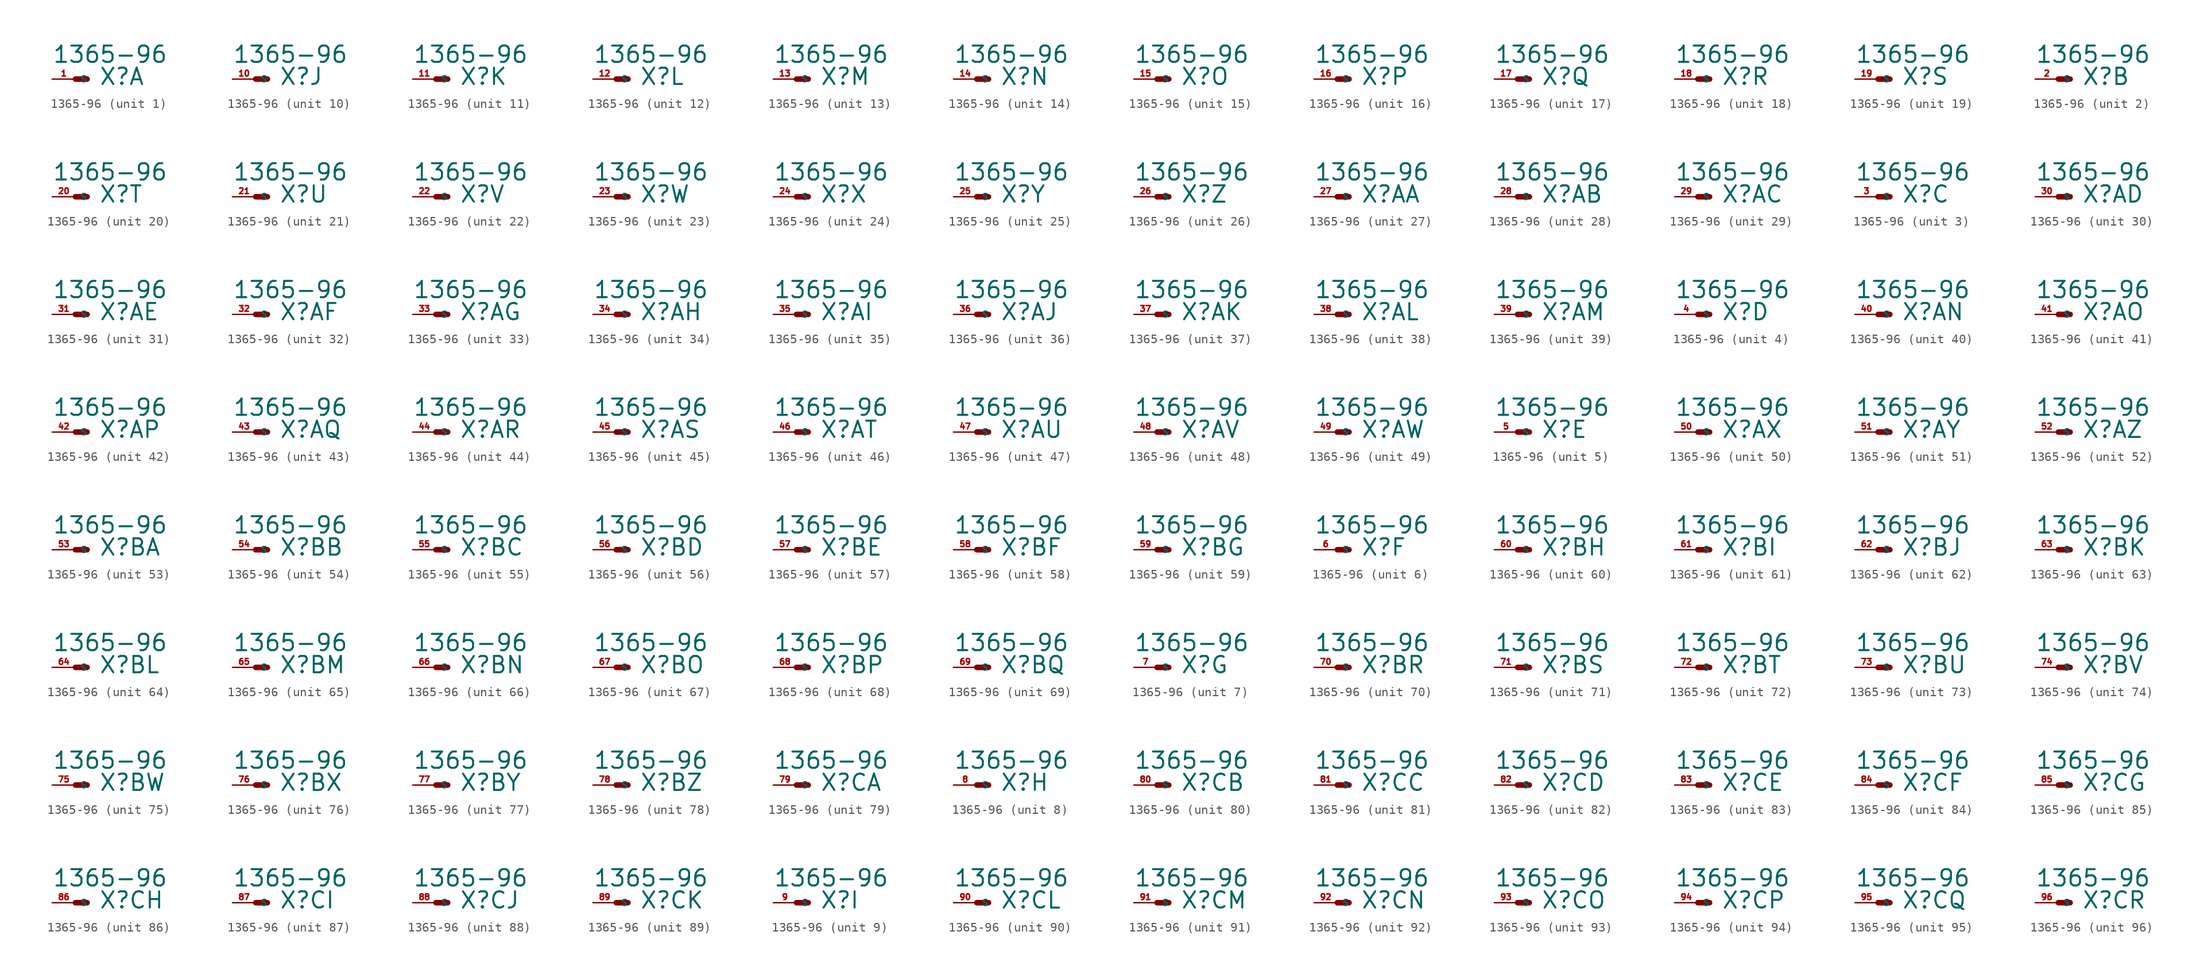
<source format=kicad_sym>
(kicad_symbol_lib
  (version 20220914)
  (generator Eagle2Kicad)
  (symbol "1365-96"
    (property "Reference" "X"
      (at 2.54 -0.762 0)
      (effects (font (size 1.778 1.778) (thickness 0.22)) (justify left bottom)))
    (property "Value" "1365-96"
      (at -2.54 1.651 0)
      (effects (font (size 1.778 1.778) (thickness 0.22)) (justify left bottom)))
    (symbol "1365-96_1_0"
      (polyline (pts (xy 0 0) (xy 1.27 0)) (stroke (width 0.61) (type default)) (fill (type none)))
      (pin passive line (at -2.54 0 0) (length 2.54) (name "S" (effects (font (size 0.635 0.635) (thickness 0.08)) (justify left bottom))) (number "1" (effects (font (size 0.635 0.635) (thickness 0.08)) (justify left bottom)))))
    (symbol "1365-96_2_0"
      (polyline (pts (xy 0 0) (xy 1.27 0)) (stroke (width 0.61) (type default)) (fill (type none)))
      (pin passive line (at -2.54 0 0) (length 2.54) (name "S" (effects (font (size 0.635 0.635) (thickness 0.08)) (justify left bottom))) (number "2" (effects (font (size 0.635 0.635) (thickness 0.08)) (justify left bottom)))))
    (symbol "1365-96_3_0"
      (polyline (pts (xy 0 0) (xy 1.27 0)) (stroke (width 0.61) (type default)) (fill (type none)))
      (pin passive line (at -2.54 0 0) (length 2.54) (name "S" (effects (font (size 0.635 0.635) (thickness 0.08)) (justify left bottom))) (number "3" (effects (font (size 0.635 0.635) (thickness 0.08)) (justify left bottom)))))
    (symbol "1365-96_4_0"
      (polyline (pts (xy 0 0) (xy 1.27 0)) (stroke (width 0.61) (type default)) (fill (type none)))
      (pin passive line (at -2.54 0 0) (length 2.54) (name "S" (effects (font (size 0.635 0.635) (thickness 0.08)) (justify left bottom))) (number "4" (effects (font (size 0.635 0.635) (thickness 0.08)) (justify left bottom)))))
    (symbol "1365-96_5_0"
      (polyline (pts (xy 0 0) (xy 1.27 0)) (stroke (width 0.61) (type default)) (fill (type none)))
      (pin passive line (at -2.54 0 0) (length 2.54) (name "S" (effects (font (size 0.635 0.635) (thickness 0.08)) (justify left bottom))) (number "5" (effects (font (size 0.635 0.635) (thickness 0.08)) (justify left bottom)))))
    (symbol "1365-96_6_0"
      (polyline (pts (xy 0 0) (xy 1.27 0)) (stroke (width 0.61) (type default)) (fill (type none)))
      (pin passive line (at -2.54 0 0) (length 2.54) (name "S" (effects (font (size 0.635 0.635) (thickness 0.08)) (justify left bottom))) (number "6" (effects (font (size 0.635 0.635) (thickness 0.08)) (justify left bottom)))))
    (symbol "1365-96_7_0"
      (polyline (pts (xy 0 0) (xy 1.27 0)) (stroke (width 0.61) (type default)) (fill (type none)))
      (pin passive line (at -2.54 0 0) (length 2.54) (name "S" (effects (font (size 0.635 0.635) (thickness 0.08)) (justify left bottom))) (number "7" (effects (font (size 0.635 0.635) (thickness 0.08)) (justify left bottom)))))
    (symbol "1365-96_8_0"
      (polyline (pts (xy 0 0) (xy 1.27 0)) (stroke (width 0.61) (type default)) (fill (type none)))
      (pin passive line (at -2.54 0 0) (length 2.54) (name "S" (effects (font (size 0.635 0.635) (thickness 0.08)) (justify left bottom))) (number "8" (effects (font (size 0.635 0.635) (thickness 0.08)) (justify left bottom)))))
    (symbol "1365-96_9_0"
      (polyline (pts (xy 0 0) (xy 1.27 0)) (stroke (width 0.61) (type default)) (fill (type none)))
      (pin passive line (at -2.54 0 0) (length 2.54) (name "S" (effects (font (size 0.635 0.635) (thickness 0.08)) (justify left bottom))) (number "9" (effects (font (size 0.635 0.635) (thickness 0.08)) (justify left bottom)))))
    (symbol "1365-96_10_0"
      (polyline (pts (xy 0 0) (xy 1.27 0)) (stroke (width 0.61) (type default)) (fill (type none)))
      (pin passive line (at -2.54 0 0) (length 2.54) (name "S" (effects (font (size 0.635 0.635) (thickness 0.08)) (justify left bottom))) (number "10" (effects (font (size 0.635 0.635) (thickness 0.08)) (justify left bottom)))))
    (symbol "1365-96_11_0"
      (polyline (pts (xy 0 0) (xy 1.27 0)) (stroke (width 0.61) (type default)) (fill (type none)))
      (pin passive line (at -2.54 0 0) (length 2.54) (name "S" (effects (font (size 0.635 0.635) (thickness 0.08)) (justify left bottom))) (number "11" (effects (font (size 0.635 0.635) (thickness 0.08)) (justify left bottom)))))
    (symbol "1365-96_12_0"
      (polyline (pts (xy 0 0) (xy 1.27 0)) (stroke (width 0.61) (type default)) (fill (type none)))
      (pin passive line (at -2.54 0 0) (length 2.54) (name "S" (effects (font (size 0.635 0.635) (thickness 0.08)) (justify left bottom))) (number "12" (effects (font (size 0.635 0.635) (thickness 0.08)) (justify left bottom)))))
    (symbol "1365-96_13_0"
      (polyline (pts (xy 0 0) (xy 1.27 0)) (stroke (width 0.61) (type default)) (fill (type none)))
      (pin passive line (at -2.54 0 0) (length 2.54) (name "S" (effects (font (size 0.635 0.635) (thickness 0.08)) (justify left bottom))) (number "13" (effects (font (size 0.635 0.635) (thickness 0.08)) (justify left bottom)))))
    (symbol "1365-96_14_0"
      (polyline (pts (xy 0 0) (xy 1.27 0)) (stroke (width 0.61) (type default)) (fill (type none)))
      (pin passive line (at -2.54 0 0) (length 2.54) (name "S" (effects (font (size 0.635 0.635) (thickness 0.08)) (justify left bottom))) (number "14" (effects (font (size 0.635 0.635) (thickness 0.08)) (justify left bottom)))))
    (symbol "1365-96_15_0"
      (polyline (pts (xy 0 0) (xy 1.27 0)) (stroke (width 0.61) (type default)) (fill (type none)))
      (pin passive line (at -2.54 0 0) (length 2.54) (name "S" (effects (font (size 0.635 0.635) (thickness 0.08)) (justify left bottom))) (number "15" (effects (font (size 0.635 0.635) (thickness 0.08)) (justify left bottom)))))
    (symbol "1365-96_16_0"
      (polyline (pts (xy 0 0) (xy 1.27 0)) (stroke (width 0.61) (type default)) (fill (type none)))
      (pin passive line (at -2.54 0 0) (length 2.54) (name "S" (effects (font (size 0.635 0.635) (thickness 0.08)) (justify left bottom))) (number "16" (effects (font (size 0.635 0.635) (thickness 0.08)) (justify left bottom)))))
    (symbol "1365-96_17_0"
      (polyline (pts (xy 0 0) (xy 1.27 0)) (stroke (width 0.61) (type default)) (fill (type none)))
      (pin passive line (at -2.54 0 0) (length 2.54) (name "S" (effects (font (size 0.635 0.635) (thickness 0.08)) (justify left bottom))) (number "17" (effects (font (size 0.635 0.635) (thickness 0.08)) (justify left bottom)))))
    (symbol "1365-96_18_0"
      (polyline (pts (xy 0 0) (xy 1.27 0)) (stroke (width 0.61) (type default)) (fill (type none)))
      (pin passive line (at -2.54 0 0) (length 2.54) (name "S" (effects (font (size 0.635 0.635) (thickness 0.08)) (justify left bottom))) (number "18" (effects (font (size 0.635 0.635) (thickness 0.08)) (justify left bottom)))))
    (symbol "1365-96_19_0"
      (polyline (pts (xy 0 0) (xy 1.27 0)) (stroke (width 0.61) (type default)) (fill (type none)))
      (pin passive line (at -2.54 0 0) (length 2.54) (name "S" (effects (font (size 0.635 0.635) (thickness 0.08)) (justify left bottom))) (number "19" (effects (font (size 0.635 0.635) (thickness 0.08)) (justify left bottom)))))
    (symbol "1365-96_20_0"
      (polyline (pts (xy 0 0) (xy 1.27 0)) (stroke (width 0.61) (type default)) (fill (type none)))
      (pin passive line (at -2.54 0 0) (length 2.54) (name "S" (effects (font (size 0.635 0.635) (thickness 0.08)) (justify left bottom))) (number "20" (effects (font (size 0.635 0.635) (thickness 0.08)) (justify left bottom)))))
    (symbol "1365-96_21_0"
      (polyline (pts (xy 0 0) (xy 1.27 0)) (stroke (width 0.61) (type default)) (fill (type none)))
      (pin passive line (at -2.54 0 0) (length 2.54) (name "S" (effects (font (size 0.635 0.635) (thickness 0.08)) (justify left bottom))) (number "21" (effects (font (size 0.635 0.635) (thickness 0.08)) (justify left bottom)))))
    (symbol "1365-96_22_0"
      (polyline (pts (xy 0 0) (xy 1.27 0)) (stroke (width 0.61) (type default)) (fill (type none)))
      (pin passive line (at -2.54 0 0) (length 2.54) (name "S" (effects (font (size 0.635 0.635) (thickness 0.08)) (justify left bottom))) (number "22" (effects (font (size 0.635 0.635) (thickness 0.08)) (justify left bottom)))))
    (symbol "1365-96_23_0"
      (polyline (pts (xy 0 0) (xy 1.27 0)) (stroke (width 0.61) (type default)) (fill (type none)))
      (pin passive line (at -2.54 0 0) (length 2.54) (name "S" (effects (font (size 0.635 0.635) (thickness 0.08)) (justify left bottom))) (number "23" (effects (font (size 0.635 0.635) (thickness 0.08)) (justify left bottom)))))
    (symbol "1365-96_24_0"
      (polyline (pts (xy 0 0) (xy 1.27 0)) (stroke (width 0.61) (type default)) (fill (type none)))
      (pin passive line (at -2.54 0 0) (length 2.54) (name "S" (effects (font (size 0.635 0.635) (thickness 0.08)) (justify left bottom))) (number "24" (effects (font (size 0.635 0.635) (thickness 0.08)) (justify left bottom)))))
    (symbol "1365-96_25_0"
      (polyline (pts (xy 0 0) (xy 1.27 0)) (stroke (width 0.61) (type default)) (fill (type none)))
      (pin passive line (at -2.54 0 0) (length 2.54) (name "S" (effects (font (size 0.635 0.635) (thickness 0.08)) (justify left bottom))) (number "25" (effects (font (size 0.635 0.635) (thickness 0.08)) (justify left bottom)))))
    (symbol "1365-96_26_0"
      (polyline (pts (xy 0 0) (xy 1.27 0)) (stroke (width 0.61) (type default)) (fill (type none)))
      (pin passive line (at -2.54 0 0) (length 2.54) (name "S" (effects (font (size 0.635 0.635) (thickness 0.08)) (justify left bottom))) (number "26" (effects (font (size 0.635 0.635) (thickness 0.08)) (justify left bottom)))))
    (symbol "1365-96_27_0"
      (polyline (pts (xy 0 0) (xy 1.27 0)) (stroke (width 0.61) (type default)) (fill (type none)))
      (pin passive line (at -2.54 0 0) (length 2.54) (name "S" (effects (font (size 0.635 0.635) (thickness 0.08)) (justify left bottom))) (number "27" (effects (font (size 0.635 0.635) (thickness 0.08)) (justify left bottom)))))
    (symbol "1365-96_28_0"
      (polyline (pts (xy 0 0) (xy 1.27 0)) (stroke (width 0.61) (type default)) (fill (type none)))
      (pin passive line (at -2.54 0 0) (length 2.54) (name "S" (effects (font (size 0.635 0.635) (thickness 0.08)) (justify left bottom))) (number "28" (effects (font (size 0.635 0.635) (thickness 0.08)) (justify left bottom)))))
    (symbol "1365-96_29_0"
      (polyline (pts (xy 0 0) (xy 1.27 0)) (stroke (width 0.61) (type default)) (fill (type none)))
      (pin passive line (at -2.54 0 0) (length 2.54) (name "S" (effects (font (size 0.635 0.635) (thickness 0.08)) (justify left bottom))) (number "29" (effects (font (size 0.635 0.635) (thickness 0.08)) (justify left bottom)))))
    (symbol "1365-96_30_0"
      (polyline (pts (xy 0 0) (xy 1.27 0)) (stroke (width 0.61) (type default)) (fill (type none)))
      (pin passive line (at -2.54 0 0) (length 2.54) (name "S" (effects (font (size 0.635 0.635) (thickness 0.08)) (justify left bottom))) (number "30" (effects (font (size 0.635 0.635) (thickness 0.08)) (justify left bottom)))))
    (symbol "1365-96_31_0"
      (polyline (pts (xy 0 0) (xy 1.27 0)) (stroke (width 0.61) (type default)) (fill (type none)))
      (pin passive line (at -2.54 0 0) (length 2.54) (name "S" (effects (font (size 0.635 0.635) (thickness 0.08)) (justify left bottom))) (number "31" (effects (font (size 0.635 0.635) (thickness 0.08)) (justify left bottom)))))
    (symbol "1365-96_32_0"
      (polyline (pts (xy 0 0) (xy 1.27 0)) (stroke (width 0.61) (type default)) (fill (type none)))
      (pin passive line (at -2.54 0 0) (length 2.54) (name "S" (effects (font (size 0.635 0.635) (thickness 0.08)) (justify left bottom))) (number "32" (effects (font (size 0.635 0.635) (thickness 0.08)) (justify left bottom)))))
    (symbol "1365-96_33_0"
      (polyline (pts (xy 0 0) (xy 1.27 0)) (stroke (width 0.61) (type default)) (fill (type none)))
      (pin passive line (at -2.54 0 0) (length 2.54) (name "S" (effects (font (size 0.635 0.635) (thickness 0.08)) (justify left bottom))) (number "33" (effects (font (size 0.635 0.635) (thickness 0.08)) (justify left bottom)))))
    (symbol "1365-96_34_0"
      (polyline (pts (xy 0 0) (xy 1.27 0)) (stroke (width 0.61) (type default)) (fill (type none)))
      (pin passive line (at -2.54 0 0) (length 2.54) (name "S" (effects (font (size 0.635 0.635) (thickness 0.08)) (justify left bottom))) (number "34" (effects (font (size 0.635 0.635) (thickness 0.08)) (justify left bottom)))))
    (symbol "1365-96_35_0"
      (polyline (pts (xy 0 0) (xy 1.27 0)) (stroke (width 0.61) (type default)) (fill (type none)))
      (pin passive line (at -2.54 0 0) (length 2.54) (name "S" (effects (font (size 0.635 0.635) (thickness 0.08)) (justify left bottom))) (number "35" (effects (font (size 0.635 0.635) (thickness 0.08)) (justify left bottom)))))
    (symbol "1365-96_36_0"
      (polyline (pts (xy 0 0) (xy 1.27 0)) (stroke (width 0.61) (type default)) (fill (type none)))
      (pin passive line (at -2.54 0 0) (length 2.54) (name "S" (effects (font (size 0.635 0.635) (thickness 0.08)) (justify left bottom))) (number "36" (effects (font (size 0.635 0.635) (thickness 0.08)) (justify left bottom)))))
    (symbol "1365-96_37_0"
      (polyline (pts (xy 0 0) (xy 1.27 0)) (stroke (width 0.61) (type default)) (fill (type none)))
      (pin passive line (at -2.54 0 0) (length 2.54) (name "S" (effects (font (size 0.635 0.635) (thickness 0.08)) (justify left bottom))) (number "37" (effects (font (size 0.635 0.635) (thickness 0.08)) (justify left bottom)))))
    (symbol "1365-96_38_0"
      (polyline (pts (xy 0 0) (xy 1.27 0)) (stroke (width 0.61) (type default)) (fill (type none)))
      (pin passive line (at -2.54 0 0) (length 2.54) (name "S" (effects (font (size 0.635 0.635) (thickness 0.08)) (justify left bottom))) (number "38" (effects (font (size 0.635 0.635) (thickness 0.08)) (justify left bottom)))))
    (symbol "1365-96_39_0"
      (polyline (pts (xy 0 0) (xy 1.27 0)) (stroke (width 0.61) (type default)) (fill (type none)))
      (pin passive line (at -2.54 0 0) (length 2.54) (name "S" (effects (font (size 0.635 0.635) (thickness 0.08)) (justify left bottom))) (number "39" (effects (font (size 0.635 0.635) (thickness 0.08)) (justify left bottom)))))
    (symbol "1365-96_40_0"
      (polyline (pts (xy 0 0) (xy 1.27 0)) (stroke (width 0.61) (type default)) (fill (type none)))
      (pin passive line (at -2.54 0 0) (length 2.54) (name "S" (effects (font (size 0.635 0.635) (thickness 0.08)) (justify left bottom))) (number "40" (effects (font (size 0.635 0.635) (thickness 0.08)) (justify left bottom)))))
    (symbol "1365-96_41_0"
      (polyline (pts (xy 0 0) (xy 1.27 0)) (stroke (width 0.61) (type default)) (fill (type none)))
      (pin passive line (at -2.54 0 0) (length 2.54) (name "S" (effects (font (size 0.635 0.635) (thickness 0.08)) (justify left bottom))) (number "41" (effects (font (size 0.635 0.635) (thickness 0.08)) (justify left bottom)))))
    (symbol "1365-96_42_0"
      (polyline (pts (xy 0 0) (xy 1.27 0)) (stroke (width 0.61) (type default)) (fill (type none)))
      (pin passive line (at -2.54 0 0) (length 2.54) (name "S" (effects (font (size 0.635 0.635) (thickness 0.08)) (justify left bottom))) (number "42" (effects (font (size 0.635 0.635) (thickness 0.08)) (justify left bottom)))))
    (symbol "1365-96_43_0"
      (polyline (pts (xy 0 0) (xy 1.27 0)) (stroke (width 0.61) (type default)) (fill (type none)))
      (pin passive line (at -2.54 0 0) (length 2.54) (name "S" (effects (font (size 0.635 0.635) (thickness 0.08)) (justify left bottom))) (number "43" (effects (font (size 0.635 0.635) (thickness 0.08)) (justify left bottom)))))
    (symbol "1365-96_44_0"
      (polyline (pts (xy 0 0) (xy 1.27 0)) (stroke (width 0.61) (type default)) (fill (type none)))
      (pin passive line (at -2.54 0 0) (length 2.54) (name "S" (effects (font (size 0.635 0.635) (thickness 0.08)) (justify left bottom))) (number "44" (effects (font (size 0.635 0.635) (thickness 0.08)) (justify left bottom)))))
    (symbol "1365-96_45_0"
      (polyline (pts (xy 0 0) (xy 1.27 0)) (stroke (width 0.61) (type default)) (fill (type none)))
      (pin passive line (at -2.54 0 0) (length 2.54) (name "S" (effects (font (size 0.635 0.635) (thickness 0.08)) (justify left bottom))) (number "45" (effects (font (size 0.635 0.635) (thickness 0.08)) (justify left bottom)))))
    (symbol "1365-96_46_0"
      (polyline (pts (xy 0 0) (xy 1.27 0)) (stroke (width 0.61) (type default)) (fill (type none)))
      (pin passive line (at -2.54 0 0) (length 2.54) (name "S" (effects (font (size 0.635 0.635) (thickness 0.08)) (justify left bottom))) (number "46" (effects (font (size 0.635 0.635) (thickness 0.08)) (justify left bottom)))))
    (symbol "1365-96_47_0"
      (polyline (pts (xy 0 0) (xy 1.27 0)) (stroke (width 0.61) (type default)) (fill (type none)))
      (pin passive line (at -2.54 0 0) (length 2.54) (name "S" (effects (font (size 0.635 0.635) (thickness 0.08)) (justify left bottom))) (number "47" (effects (font (size 0.635 0.635) (thickness 0.08)) (justify left bottom)))))
    (symbol "1365-96_48_0"
      (polyline (pts (xy 0 0) (xy 1.27 0)) (stroke (width 0.61) (type default)) (fill (type none)))
      (pin passive line (at -2.54 0 0) (length 2.54) (name "S" (effects (font (size 0.635 0.635) (thickness 0.08)) (justify left bottom))) (number "48" (effects (font (size 0.635 0.635) (thickness 0.08)) (justify left bottom)))))
    (symbol "1365-96_49_0"
      (polyline (pts (xy 0 0) (xy 1.27 0)) (stroke (width 0.61) (type default)) (fill (type none)))
      (pin passive line (at -2.54 0 0) (length 2.54) (name "S" (effects (font (size 0.635 0.635) (thickness 0.08)) (justify left bottom))) (number "49" (effects (font (size 0.635 0.635) (thickness 0.08)) (justify left bottom)))))
    (symbol "1365-96_50_0"
      (polyline (pts (xy 0 0) (xy 1.27 0)) (stroke (width 0.61) (type default)) (fill (type none)))
      (pin passive line (at -2.54 0 0) (length 2.54) (name "S" (effects (font (size 0.635 0.635) (thickness 0.08)) (justify left bottom))) (number "50" (effects (font (size 0.635 0.635) (thickness 0.08)) (justify left bottom)))))
    (symbol "1365-96_51_0"
      (polyline (pts (xy 0 0) (xy 1.27 0)) (stroke (width 0.61) (type default)) (fill (type none)))
      (pin passive line (at -2.54 0 0) (length 2.54) (name "S" (effects (font (size 0.635 0.635) (thickness 0.08)) (justify left bottom))) (number "51" (effects (font (size 0.635 0.635) (thickness 0.08)) (justify left bottom)))))
    (symbol "1365-96_52_0"
      (polyline (pts (xy 0 0) (xy 1.27 0)) (stroke (width 0.61) (type default)) (fill (type none)))
      (pin passive line (at -2.54 0 0) (length 2.54) (name "S" (effects (font (size 0.635 0.635) (thickness 0.08)) (justify left bottom))) (number "52" (effects (font (size 0.635 0.635) (thickness 0.08)) (justify left bottom)))))
    (symbol "1365-96_53_0"
      (polyline (pts (xy 0 0) (xy 1.27 0)) (stroke (width 0.61) (type default)) (fill (type none)))
      (pin passive line (at -2.54 0 0) (length 2.54) (name "S" (effects (font (size 0.635 0.635) (thickness 0.08)) (justify left bottom))) (number "53" (effects (font (size 0.635 0.635) (thickness 0.08)) (justify left bottom)))))
    (symbol "1365-96_54_0"
      (polyline (pts (xy 0 0) (xy 1.27 0)) (stroke (width 0.61) (type default)) (fill (type none)))
      (pin passive line (at -2.54 0 0) (length 2.54) (name "S" (effects (font (size 0.635 0.635) (thickness 0.08)) (justify left bottom))) (number "54" (effects (font (size 0.635 0.635) (thickness 0.08)) (justify left bottom)))))
    (symbol "1365-96_55_0"
      (polyline (pts (xy 0 0) (xy 1.27 0)) (stroke (width 0.61) (type default)) (fill (type none)))
      (pin passive line (at -2.54 0 0) (length 2.54) (name "S" (effects (font (size 0.635 0.635) (thickness 0.08)) (justify left bottom))) (number "55" (effects (font (size 0.635 0.635) (thickness 0.08)) (justify left bottom)))))
    (symbol "1365-96_56_0"
      (polyline (pts (xy 0 0) (xy 1.27 0)) (stroke (width 0.61) (type default)) (fill (type none)))
      (pin passive line (at -2.54 0 0) (length 2.54) (name "S" (effects (font (size 0.635 0.635) (thickness 0.08)) (justify left bottom))) (number "56" (effects (font (size 0.635 0.635) (thickness 0.08)) (justify left bottom)))))
    (symbol "1365-96_57_0"
      (polyline (pts (xy 0 0) (xy 1.27 0)) (stroke (width 0.61) (type default)) (fill (type none)))
      (pin passive line (at -2.54 0 0) (length 2.54) (name "S" (effects (font (size 0.635 0.635) (thickness 0.08)) (justify left bottom))) (number "57" (effects (font (size 0.635 0.635) (thickness 0.08)) (justify left bottom)))))
    (symbol "1365-96_58_0"
      (polyline (pts (xy 0 0) (xy 1.27 0)) (stroke (width 0.61) (type default)) (fill (type none)))
      (pin passive line (at -2.54 0 0) (length 2.54) (name "S" (effects (font (size 0.635 0.635) (thickness 0.08)) (justify left bottom))) (number "58" (effects (font (size 0.635 0.635) (thickness 0.08)) (justify left bottom)))))
    (symbol "1365-96_59_0"
      (polyline (pts (xy 0 0) (xy 1.27 0)) (stroke (width 0.61) (type default)) (fill (type none)))
      (pin passive line (at -2.54 0 0) (length 2.54) (name "S" (effects (font (size 0.635 0.635) (thickness 0.08)) (justify left bottom))) (number "59" (effects (font (size 0.635 0.635) (thickness 0.08)) (justify left bottom)))))
    (symbol "1365-96_60_0"
      (polyline (pts (xy 0 0) (xy 1.27 0)) (stroke (width 0.61) (type default)) (fill (type none)))
      (pin passive line (at -2.54 0 0) (length 2.54) (name "S" (effects (font (size 0.635 0.635) (thickness 0.08)) (justify left bottom))) (number "60" (effects (font (size 0.635 0.635) (thickness 0.08)) (justify left bottom)))))
    (symbol "1365-96_61_0"
      (polyline (pts (xy 0 0) (xy 1.27 0)) (stroke (width 0.61) (type default)) (fill (type none)))
      (pin passive line (at -2.54 0 0) (length 2.54) (name "S" (effects (font (size 0.635 0.635) (thickness 0.08)) (justify left bottom))) (number "61" (effects (font (size 0.635 0.635) (thickness 0.08)) (justify left bottom)))))
    (symbol "1365-96_62_0"
      (polyline (pts (xy 0 0) (xy 1.27 0)) (stroke (width 0.61) (type default)) (fill (type none)))
      (pin passive line (at -2.54 0 0) (length 2.54) (name "S" (effects (font (size 0.635 0.635) (thickness 0.08)) (justify left bottom))) (number "62" (effects (font (size 0.635 0.635) (thickness 0.08)) (justify left bottom)))))
    (symbol "1365-96_63_0"
      (polyline (pts (xy 0 0) (xy 1.27 0)) (stroke (width 0.61) (type default)) (fill (type none)))
      (pin passive line (at -2.54 0 0) (length 2.54) (name "S" (effects (font (size 0.635 0.635) (thickness 0.08)) (justify left bottom))) (number "63" (effects (font (size 0.635 0.635) (thickness 0.08)) (justify left bottom)))))
    (symbol "1365-96_64_0"
      (polyline (pts (xy 0 0) (xy 1.27 0)) (stroke (width 0.61) (type default)) (fill (type none)))
      (pin passive line (at -2.54 0 0) (length 2.54) (name "S" (effects (font (size 0.635 0.635) (thickness 0.08)) (justify left bottom))) (number "64" (effects (font (size 0.635 0.635) (thickness 0.08)) (justify left bottom)))))
    (symbol "1365-96_65_0"
      (polyline (pts (xy 0 0) (xy 1.27 0)) (stroke (width 0.61) (type default)) (fill (type none)))
      (pin passive line (at -2.54 0 0) (length 2.54) (name "S" (effects (font (size 0.635 0.635) (thickness 0.08)) (justify left bottom))) (number "65" (effects (font (size 0.635 0.635) (thickness 0.08)) (justify left bottom)))))
    (symbol "1365-96_66_0"
      (polyline (pts (xy 0 0) (xy 1.27 0)) (stroke (width 0.61) (type default)) (fill (type none)))
      (pin passive line (at -2.54 0 0) (length 2.54) (name "S" (effects (font (size 0.635 0.635) (thickness 0.08)) (justify left bottom))) (number "66" (effects (font (size 0.635 0.635) (thickness 0.08)) (justify left bottom)))))
    (symbol "1365-96_67_0"
      (polyline (pts (xy 0 0) (xy 1.27 0)) (stroke (width 0.61) (type default)) (fill (type none)))
      (pin passive line (at -2.54 0 0) (length 2.54) (name "S" (effects (font (size 0.635 0.635) (thickness 0.08)) (justify left bottom))) (number "67" (effects (font (size 0.635 0.635) (thickness 0.08)) (justify left bottom)))))
    (symbol "1365-96_68_0"
      (polyline (pts (xy 0 0) (xy 1.27 0)) (stroke (width 0.61) (type default)) (fill (type none)))
      (pin passive line (at -2.54 0 0) (length 2.54) (name "S" (effects (font (size 0.635 0.635) (thickness 0.08)) (justify left bottom))) (number "68" (effects (font (size 0.635 0.635) (thickness 0.08)) (justify left bottom)))))
    (symbol "1365-96_69_0"
      (polyline (pts (xy 0 0) (xy 1.27 0)) (stroke (width 0.61) (type default)) (fill (type none)))
      (pin passive line (at -2.54 0 0) (length 2.54) (name "S" (effects (font (size 0.635 0.635) (thickness 0.08)) (justify left bottom))) (number "69" (effects (font (size 0.635 0.635) (thickness 0.08)) (justify left bottom)))))
    (symbol "1365-96_70_0"
      (polyline (pts (xy 0 0) (xy 1.27 0)) (stroke (width 0.61) (type default)) (fill (type none)))
      (pin passive line (at -2.54 0 0) (length 2.54) (name "S" (effects (font (size 0.635 0.635) (thickness 0.08)) (justify left bottom))) (number "70" (effects (font (size 0.635 0.635) (thickness 0.08)) (justify left bottom)))))
    (symbol "1365-96_71_0"
      (polyline (pts (xy 0 0) (xy 1.27 0)) (stroke (width 0.61) (type default)) (fill (type none)))
      (pin passive line (at -2.54 0 0) (length 2.54) (name "S" (effects (font (size 0.635 0.635) (thickness 0.08)) (justify left bottom))) (number "71" (effects (font (size 0.635 0.635) (thickness 0.08)) (justify left bottom)))))
    (symbol "1365-96_72_0"
      (polyline (pts (xy 0 0) (xy 1.27 0)) (stroke (width 0.61) (type default)) (fill (type none)))
      (pin passive line (at -2.54 0 0) (length 2.54) (name "S" (effects (font (size 0.635 0.635) (thickness 0.08)) (justify left bottom))) (number "72" (effects (font (size 0.635 0.635) (thickness 0.08)) (justify left bottom)))))
    (symbol "1365-96_73_0"
      (polyline (pts (xy 0 0) (xy 1.27 0)) (stroke (width 0.61) (type default)) (fill (type none)))
      (pin passive line (at -2.54 0 0) (length 2.54) (name "S" (effects (font (size 0.635 0.635) (thickness 0.08)) (justify left bottom))) (number "73" (effects (font (size 0.635 0.635) (thickness 0.08)) (justify left bottom)))))
    (symbol "1365-96_74_0"
      (polyline (pts (xy 0 0) (xy 1.27 0)) (stroke (width 0.61) (type default)) (fill (type none)))
      (pin passive line (at -2.54 0 0) (length 2.54) (name "S" (effects (font (size 0.635 0.635) (thickness 0.08)) (justify left bottom))) (number "74" (effects (font (size 0.635 0.635) (thickness 0.08)) (justify left bottom)))))
    (symbol "1365-96_75_0"
      (polyline (pts (xy 0 0) (xy 1.27 0)) (stroke (width 0.61) (type default)) (fill (type none)))
      (pin passive line (at -2.54 0 0) (length 2.54) (name "S" (effects (font (size 0.635 0.635) (thickness 0.08)) (justify left bottom))) (number "75" (effects (font (size 0.635 0.635) (thickness 0.08)) (justify left bottom)))))
    (symbol "1365-96_76_0"
      (polyline (pts (xy 0 0) (xy 1.27 0)) (stroke (width 0.61) (type default)) (fill (type none)))
      (pin passive line (at -2.54 0 0) (length 2.54) (name "S" (effects (font (size 0.635 0.635) (thickness 0.08)) (justify left bottom))) (number "76" (effects (font (size 0.635 0.635) (thickness 0.08)) (justify left bottom)))))
    (symbol "1365-96_77_0"
      (polyline (pts (xy 0 0) (xy 1.27 0)) (stroke (width 0.61) (type default)) (fill (type none)))
      (pin passive line (at -2.54 0 0) (length 2.54) (name "S" (effects (font (size 0.635 0.635) (thickness 0.08)) (justify left bottom))) (number "77" (effects (font (size 0.635 0.635) (thickness 0.08)) (justify left bottom)))))
    (symbol "1365-96_78_0"
      (polyline (pts (xy 0 0) (xy 1.27 0)) (stroke (width 0.61) (type default)) (fill (type none)))
      (pin passive line (at -2.54 0 0) (length 2.54) (name "S" (effects (font (size 0.635 0.635) (thickness 0.08)) (justify left bottom))) (number "78" (effects (font (size 0.635 0.635) (thickness 0.08)) (justify left bottom)))))
    (symbol "1365-96_79_0"
      (polyline (pts (xy 0 0) (xy 1.27 0)) (stroke (width 0.61) (type default)) (fill (type none)))
      (pin passive line (at -2.54 0 0) (length 2.54) (name "S" (effects (font (size 0.635 0.635) (thickness 0.08)) (justify left bottom))) (number "79" (effects (font (size 0.635 0.635) (thickness 0.08)) (justify left bottom)))))
    (symbol "1365-96_80_0"
      (polyline (pts (xy 0 0) (xy 1.27 0)) (stroke (width 0.61) (type default)) (fill (type none)))
      (pin passive line (at -2.54 0 0) (length 2.54) (name "S" (effects (font (size 0.635 0.635) (thickness 0.08)) (justify left bottom))) (number "80" (effects (font (size 0.635 0.635) (thickness 0.08)) (justify left bottom)))))
    (symbol "1365-96_81_0"
      (polyline (pts (xy 0 0) (xy 1.27 0)) (stroke (width 0.61) (type default)) (fill (type none)))
      (pin passive line (at -2.54 0 0) (length 2.54) (name "S" (effects (font (size 0.635 0.635) (thickness 0.08)) (justify left bottom))) (number "81" (effects (font (size 0.635 0.635) (thickness 0.08)) (justify left bottom)))))
    (symbol "1365-96_82_0"
      (polyline (pts (xy 0 0) (xy 1.27 0)) (stroke (width 0.61) (type default)) (fill (type none)))
      (pin passive line (at -2.54 0 0) (length 2.54) (name "S" (effects (font (size 0.635 0.635) (thickness 0.08)) (justify left bottom))) (number "82" (effects (font (size 0.635 0.635) (thickness 0.08)) (justify left bottom)))))
    (symbol "1365-96_83_0"
      (polyline (pts (xy 0 0) (xy 1.27 0)) (stroke (width 0.61) (type default)) (fill (type none)))
      (pin passive line (at -2.54 0 0) (length 2.54) (name "S" (effects (font (size 0.635 0.635) (thickness 0.08)) (justify left bottom))) (number "83" (effects (font (size 0.635 0.635) (thickness 0.08)) (justify left bottom)))))
    (symbol "1365-96_84_0"
      (polyline (pts (xy 0 0) (xy 1.27 0)) (stroke (width 0.61) (type default)) (fill (type none)))
      (pin passive line (at -2.54 0 0) (length 2.54) (name "S" (effects (font (size 0.635 0.635) (thickness 0.08)) (justify left bottom))) (number "84" (effects (font (size 0.635 0.635) (thickness 0.08)) (justify left bottom)))))
    (symbol "1365-96_85_0"
      (polyline (pts (xy 0 0) (xy 1.27 0)) (stroke (width 0.61) (type default)) (fill (type none)))
      (pin passive line (at -2.54 0 0) (length 2.54) (name "S" (effects (font (size 0.635 0.635) (thickness 0.08)) (justify left bottom))) (number "85" (effects (font (size 0.635 0.635) (thickness 0.08)) (justify left bottom)))))
    (symbol "1365-96_86_0"
      (polyline (pts (xy 0 0) (xy 1.27 0)) (stroke (width 0.61) (type default)) (fill (type none)))
      (pin passive line (at -2.54 0 0) (length 2.54) (name "S" (effects (font (size 0.635 0.635) (thickness 0.08)) (justify left bottom))) (number "86" (effects (font (size 0.635 0.635) (thickness 0.08)) (justify left bottom)))))
    (symbol "1365-96_87_0"
      (polyline (pts (xy 0 0) (xy 1.27 0)) (stroke (width 0.61) (type default)) (fill (type none)))
      (pin passive line (at -2.54 0 0) (length 2.54) (name "S" (effects (font (size 0.635 0.635) (thickness 0.08)) (justify left bottom))) (number "87" (effects (font (size 0.635 0.635) (thickness 0.08)) (justify left bottom)))))
    (symbol "1365-96_88_0"
      (polyline (pts (xy 0 0) (xy 1.27 0)) (stroke (width 0.61) (type default)) (fill (type none)))
      (pin passive line (at -2.54 0 0) (length 2.54) (name "S" (effects (font (size 0.635 0.635) (thickness 0.08)) (justify left bottom))) (number "88" (effects (font (size 0.635 0.635) (thickness 0.08)) (justify left bottom)))))
    (symbol "1365-96_89_0"
      (polyline (pts (xy 0 0) (xy 1.27 0)) (stroke (width 0.61) (type default)) (fill (type none)))
      (pin passive line (at -2.54 0 0) (length 2.54) (name "S" (effects (font (size 0.635 0.635) (thickness 0.08)) (justify left bottom))) (number "89" (effects (font (size 0.635 0.635) (thickness 0.08)) (justify left bottom)))))
    (symbol "1365-96_90_0"
      (polyline (pts (xy 0 0) (xy 1.27 0)) (stroke (width 0.61) (type default)) (fill (type none)))
      (pin passive line (at -2.54 0 0) (length 2.54) (name "S" (effects (font (size 0.635 0.635) (thickness 0.08)) (justify left bottom))) (number "90" (effects (font (size 0.635 0.635) (thickness 0.08)) (justify left bottom)))))
    (symbol "1365-96_91_0"
      (polyline (pts (xy 0 0) (xy 1.27 0)) (stroke (width 0.61) (type default)) (fill (type none)))
      (pin passive line (at -2.54 0 0) (length 2.54) (name "S" (effects (font (size 0.635 0.635) (thickness 0.08)) (justify left bottom))) (number "91" (effects (font (size 0.635 0.635) (thickness 0.08)) (justify left bottom)))))
    (symbol "1365-96_92_0"
      (polyline (pts (xy 0 0) (xy 1.27 0)) (stroke (width 0.61) (type default)) (fill (type none)))
      (pin passive line (at -2.54 0 0) (length 2.54) (name "S" (effects (font (size 0.635 0.635) (thickness 0.08)) (justify left bottom))) (number "92" (effects (font (size 0.635 0.635) (thickness 0.08)) (justify left bottom)))))
    (symbol "1365-96_93_0"
      (polyline (pts (xy 0 0) (xy 1.27 0)) (stroke (width 0.61) (type default)) (fill (type none)))
      (pin passive line (at -2.54 0 0) (length 2.54) (name "S" (effects (font (size 0.635 0.635) (thickness 0.08)) (justify left bottom))) (number "93" (effects (font (size 0.635 0.635) (thickness 0.08)) (justify left bottom)))))
    (symbol "1365-96_94_0"
      (polyline (pts (xy 0 0) (xy 1.27 0)) (stroke (width 0.61) (type default)) (fill (type none)))
      (pin passive line (at -2.54 0 0) (length 2.54) (name "S" (effects (font (size 0.635 0.635) (thickness 0.08)) (justify left bottom))) (number "94" (effects (font (size 0.635 0.635) (thickness 0.08)) (justify left bottom)))))
    (symbol "1365-96_95_0"
      (polyline (pts (xy 0 0) (xy 1.27 0)) (stroke (width 0.61) (type default)) (fill (type none)))
      (pin passive line (at -2.54 0 0) (length 2.54) (name "S" (effects (font (size 0.635 0.635) (thickness 0.08)) (justify left bottom))) (number "95" (effects (font (size 0.635 0.635) (thickness 0.08)) (justify left bottom)))))
    (symbol "1365-96_96_0"
      (polyline (pts (xy 0 0) (xy 1.27 0)) (stroke (width 0.61) (type default)) (fill (type none)))
      (pin passive line (at -2.54 0 0) (length 2.54) (name "S" (effects (font (size 0.635 0.635) (thickness 0.08)) (justify left bottom))) (number "96" (effects (font (size 0.635 0.635) (thickness 0.08)) (justify left bottom)))))))
</source>
